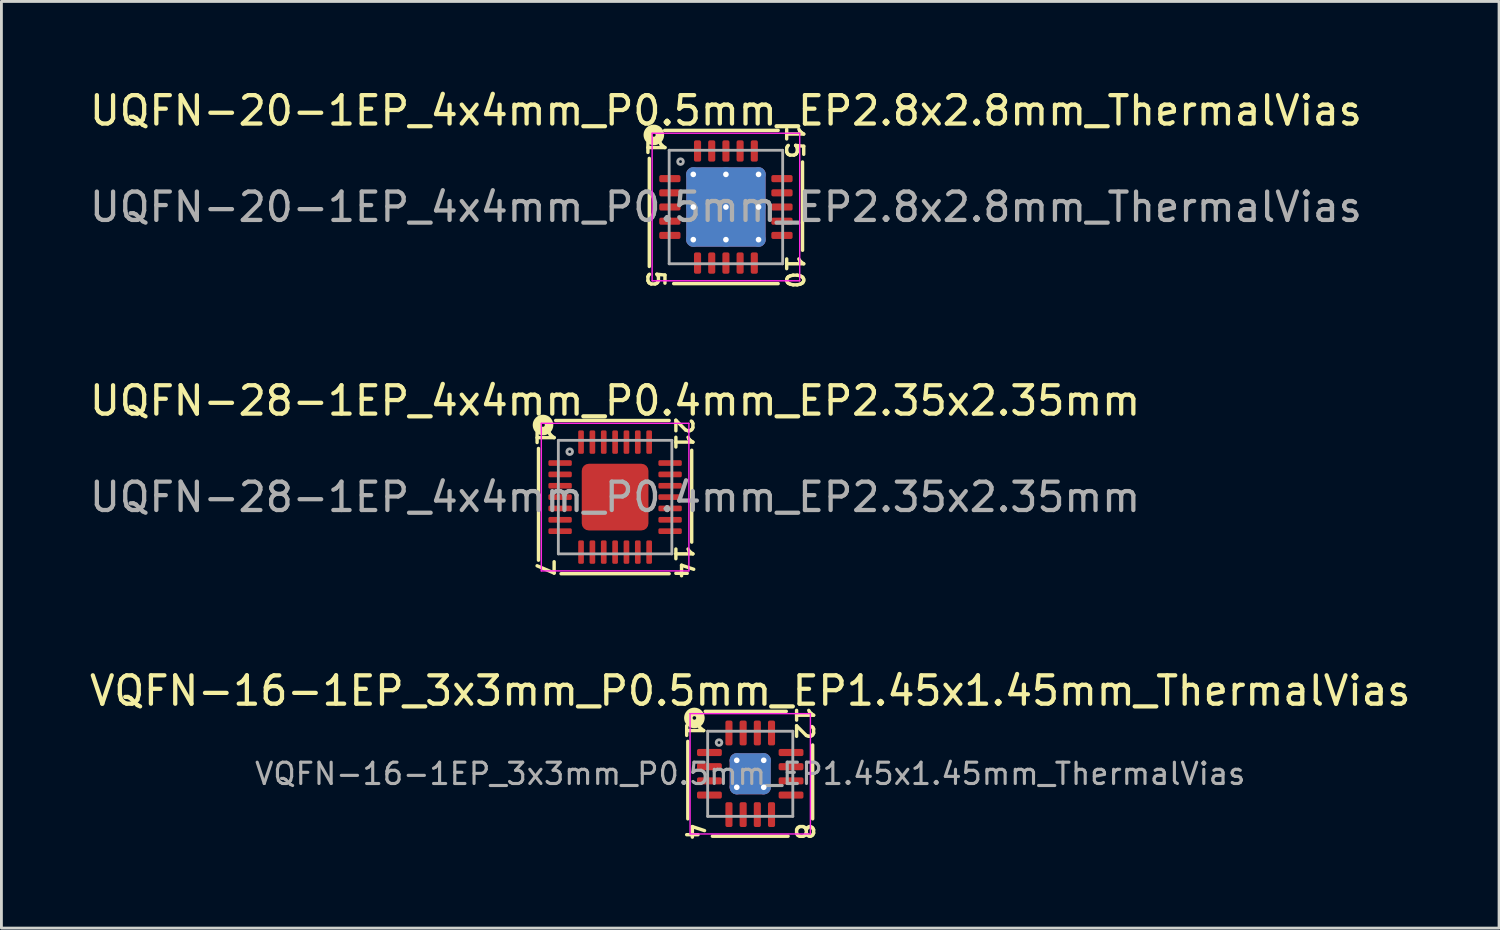
<source format=kicad_pcb>
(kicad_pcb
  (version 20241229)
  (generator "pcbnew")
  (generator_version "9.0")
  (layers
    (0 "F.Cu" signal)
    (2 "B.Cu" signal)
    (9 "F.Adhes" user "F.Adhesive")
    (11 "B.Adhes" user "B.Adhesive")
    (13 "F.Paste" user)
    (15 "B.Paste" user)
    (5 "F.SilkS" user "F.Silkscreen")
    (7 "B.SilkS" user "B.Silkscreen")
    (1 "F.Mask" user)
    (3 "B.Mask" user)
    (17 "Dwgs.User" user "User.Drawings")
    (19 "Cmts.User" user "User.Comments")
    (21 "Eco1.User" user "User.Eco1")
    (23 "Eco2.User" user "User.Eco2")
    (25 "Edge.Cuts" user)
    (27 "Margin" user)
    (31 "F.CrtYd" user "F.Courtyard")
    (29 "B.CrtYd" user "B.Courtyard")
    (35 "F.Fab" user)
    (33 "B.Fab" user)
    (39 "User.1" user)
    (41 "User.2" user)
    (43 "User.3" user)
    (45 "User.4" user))
  (footprint "UQFN-20-1EP_4x4mm_P0.5mm_EP2.8x2.8mm_ThermalVias"
    (layer "F.Cu")
    (at 22.53 4.245)
    (property "Reference" "UQFN-20-1EP_4x4mm_P0.5mm_EP2.8x2.8mm_ThermalVias" (at 0 -3.397 0) (layer "F.SilkS") (effects (font (size 1 1) (thickness 0.15))))
    (attr smd)
    (fp_line (start -2.7 -1.714) (end -2.7 2.095) (stroke (width 0.12) (type solid)) (layer "F.SilkS"))
    (fp_line (start -1.841 2.7) (end 1.841 2.7) (stroke (width 0.12) (type solid)) (layer "F.SilkS"))
    (fp_line (start 1.841 -2.7) (end -2.159 -2.7) (stroke (width 0.12) (type solid)) (layer "F.SilkS"))
    (fp_line (start 2.7 1.524) (end 2.7 -1.587) (stroke (width 0.12) (type solid)) (layer "F.SilkS"))
    (fp_circle (center -2.54 -2.54) (end -2.477 -2.54) (stroke (width 0.3) (type solid)) (fill no) (layer "F.SilkS"))
    (fp_line (start -2.6 -2.6) (end -2.6 2.6) (stroke (width 0.05) (type solid)) (layer "F.CrtYd"))
    (fp_line (start -2.6 2.6) (end 2.6 2.6) (stroke (width 0.05) (type solid)) (layer "F.CrtYd"))
    (fp_line (start 2.6 -2.6) (end -2.6 -2.6) (stroke (width 0.05) (type solid)) (layer "F.CrtYd"))
    (fp_line (start 2.6 2.6) (end 2.6 -2.6) (stroke (width 0.05) (type solid)) (layer "F.CrtYd"))
    (fp_line (start -2 -2) (end 2 -2) (stroke (width 0.1) (type solid)) (layer "F.Fab"))
    (fp_line (start -2 2) (end -2 -2) (stroke (width 0.1) (type solid)) (layer "F.Fab"))
    (fp_line (start 2 -2) (end 2 2) (stroke (width 0.1) (type solid)) (layer "F.Fab"))
    (fp_line (start 2 2) (end -2 2) (stroke (width 0.1) (type solid)) (layer "F.Fab"))
    (fp_circle (center -1.6 -1.6) (end -1.5 -1.6) (stroke (width 0.1) (type solid)) (fill no) (layer "F.Fab"))
    (fp_text user "10" (at 2.413 2.286 270) (unlocked yes) (layer "F.SilkS") (effects (font (size 0.6 0.6) (thickness 0.12))))
    (fp_text user "5" (at -2.477 2.54 270) (unlocked yes) (layer "F.SilkS") (effects (font (size 0.6 0.6) (thickness 0.12))))
    (fp_text user "15" (at 2.413 -2.286 270) (unlocked yes) (layer "F.SilkS") (effects (font (size 0.6 0.6) (thickness 0.12))))
    (fp_text user "1" (at -2.477 -2.095 270) (unlocked yes) (layer "F.SilkS") (effects (font (size 0.6 0.6) (thickness 0.12))))
    (fp_text user "${REFERENCE}" (at 0 0 0) (layer "F.Fab") (effects (font (size 1 1) (thickness 0.15))))
    (pad "" smd roundrect (at -0.7 -0.7) (size 1.17 1.17) (layers "F.Paste") (roundrect_rratio 0.214))
    (pad "" smd roundrect (at -0.7 0.7) (size 1.17 1.17) (layers "F.Paste") (roundrect_rratio 0.214))
    (pad "" smd roundrect (at 0.7 -0.7) (size 1.17 1.17) (layers "F.Paste") (roundrect_rratio 0.214))
    (pad "" smd roundrect (at 0.7 0.7) (size 1.17 1.17) (layers "F.Paste") (roundrect_rratio 0.214))
    (pad "1" smd roundrect (at -1.975 -1) (size 0.75 0.25) (layers "F.Cu" "F.Mask" "F.Paste") (roundrect_rratio 0.25))
    (pad "2" smd roundrect (at -1.975 -0.5) (size 0.75 0.25) (layers "F.Cu" "F.Mask" "F.Paste") (roundrect_rratio 0.25))
    (pad "3" smd roundrect (at -1.975 0) (size 0.75 0.25) (layers "F.Cu" "F.Mask" "F.Paste") (roundrect_rratio 0.25))
    (pad "4" smd roundrect (at -1.975 0.5) (size 0.75 0.25) (layers "F.Cu" "F.Mask" "F.Paste") (roundrect_rratio 0.25))
    (pad "5" smd roundrect (at -1.975 1) (size 0.75 0.25) (layers "F.Cu" "F.Mask" "F.Paste") (roundrect_rratio 0.25))
    (pad "6" smd roundrect (at -1 1.975) (size 0.25 0.75) (layers "F.Cu" "F.Mask" "F.Paste") (roundrect_rratio 0.25))
    (pad "7" smd roundrect (at -0.5 1.975) (size 0.25 0.75) (layers "F.Cu" "F.Mask" "F.Paste") (roundrect_rratio 0.25))
    (pad "8" smd roundrect (at 0 1.975) (size 0.25 0.75) (layers "F.Cu" "F.Mask" "F.Paste") (roundrect_rratio 0.25))
    (pad "9" smd roundrect (at 0.5 1.975) (size 0.25 0.75) (layers "F.Cu" "F.Mask" "F.Paste") (roundrect_rratio 0.25))
    (pad "10" smd roundrect (at 1 1.975) (size 0.25 0.75) (layers "F.Cu" "F.Mask" "F.Paste") (roundrect_rratio 0.25))
    (pad "11" smd roundrect (at 1.975 1) (size 0.75 0.25) (layers "F.Cu" "F.Mask" "F.Paste") (roundrect_rratio 0.25))
    (pad "12" smd roundrect (at 1.975 0.5) (size 0.75 0.25) (layers "F.Cu" "F.Mask" "F.Paste") (roundrect_rratio 0.25))
    (pad "13" smd roundrect (at 1.975 0) (size 0.75 0.25) (layers "F.Cu" "F.Mask" "F.Paste") (roundrect_rratio 0.25))
    (pad "14" smd roundrect (at 1.975 -0.5) (size 0.75 0.25) (layers "F.Cu" "F.Mask" "F.Paste") (roundrect_rratio 0.25))
    (pad "15" smd roundrect (at 1.975 -1) (size 0.75 0.25) (layers "F.Cu" "F.Mask" "F.Paste") (roundrect_rratio 0.25))
    (pad "16" smd roundrect (at 1 -1.975) (size 0.25 0.75) (layers "F.Cu" "F.Mask" "F.Paste") (roundrect_rratio 0.25))
    (pad "17" smd roundrect (at 0.5 -1.975) (size 0.25 0.75) (layers "F.Cu" "F.Mask" "F.Paste") (roundrect_rratio 0.25))
    (pad "18" smd roundrect (at 0 -1.975) (size 0.25 0.75) (layers "F.Cu" "F.Mask" "F.Paste") (roundrect_rratio 0.25))
    (pad "19" smd roundrect (at -0.5 -1.975) (size 0.25 0.75) (layers "F.Cu" "F.Mask" "F.Paste") (roundrect_rratio 0.25))
    (pad "20" smd roundrect (at -1 -1.975) (size 0.25 0.75) (layers "F.Cu" "F.Mask" "F.Paste") (roundrect_rratio 0.25))
    (pad "21" thru_hole circle (at -1.15 -1.15) (size 0.5 0.5) (drill 0.2) (property pad_prop_heatsink) (layers "*.Cu"))
    (pad "21" thru_hole circle (at -1.15 0) (size 0.5 0.5) (drill 0.2) (property pad_prop_heatsink) (layers "*.Cu"))
    (pad "21" thru_hole circle (at -1.15 1.15) (size 0.5 0.5) (drill 0.2) (property pad_prop_heatsink) (layers "*.Cu"))
    (pad "21" thru_hole circle (at 0 -1.15) (size 0.5 0.5) (drill 0.2) (property pad_prop_heatsink) (layers "*.Cu"))
    (pad "21" thru_hole circle (at 0 0) (size 0.5 0.5) (drill 0.2) (property pad_prop_heatsink) (layers "*.Cu"))
    (pad "21" smd roundrect (at 0 0) (size 2.8 2.8) (layers "F.Cu" "F.Mask") (roundrect_rratio 0.089))
    (pad "21" smd roundrect (at 0 0) (size 2.8 2.8) (layers "B.Cu" "B.Mask") (roundrect_rratio 0.089))
    (pad "21" thru_hole circle (at 0 1.15) (size 0.5 0.5) (drill 0.2) (property pad_prop_heatsink) (layers "*.Cu"))
    (pad "21" thru_hole circle (at 1.15 -1.15) (size 0.5 0.5) (drill 0.2) (property pad_prop_heatsink) (layers "*.Cu"))
    (pad "21" thru_hole circle (at 1.15 0) (size 0.5 0.5) (drill 0.2) (property pad_prop_heatsink) (layers "*.Cu"))
    (pad "21" thru_hole circle (at 1.15 1.15) (size 0.5 0.5) (drill 0.2) (property pad_prop_heatsink) (layers "*.Cu")))
  (footprint "UQFN-28-1EP_4x4mm_P0.4mm_EP2.35x2.35mm"
    (layer "F.Cu")
    (at 18.625 14.467)
    (property "Reference" "UQFN-28-1EP_4x4mm_P0.4mm_EP2.35x2.35mm" (at 0 -3.397 0) (layer "F.SilkS") (effects (font (size 1 1) (thickness 0.15))))
    (attr smd)
    (fp_line (start -2.7 -1.714) (end -2.7 2.223) (stroke (width 0.12) (type solid)) (layer "F.SilkS"))
    (fp_line (start -1.905 2.7) (end 1.905 2.7) (stroke (width 0.12) (type solid)) (layer "F.SilkS"))
    (fp_line (start 1.905 -2.7) (end -2.095 -2.7) (stroke (width 0.12) (type solid)) (layer "F.SilkS"))
    (fp_line (start 2.7 1.587) (end 2.7 -1.651) (stroke (width 0.12) (type solid)) (layer "F.SilkS"))
    (fp_circle (center -2.54 -2.54) (end -2.477 -2.54) (stroke (width 0.3) (type solid)) (fill no) (layer "F.SilkS"))
    (fp_line (start -2.6 -2.6) (end -2.6 2.6) (stroke (width 0.05) (type solid)) (layer "F.CrtYd"))
    (fp_line (start -2.6 2.6) (end 2.6 2.6) (stroke (width 0.05) (type solid)) (layer "F.CrtYd"))
    (fp_line (start 2.6 -2.6) (end -2.6 -2.6) (stroke (width 0.05) (type solid)) (layer "F.CrtYd"))
    (fp_line (start 2.6 2.6) (end 2.6 -2.6) (stroke (width 0.05) (type solid)) (layer "F.CrtYd"))
    (fp_line (start -2 -2) (end 2 -2) (stroke (width 0.1) (type solid)) (layer "F.Fab"))
    (fp_line (start -2 2) (end -2 -2) (stroke (width 0.1) (type solid)) (layer "F.Fab"))
    (fp_line (start 2 -2) (end 2 2) (stroke (width 0.1) (type solid)) (layer "F.Fab"))
    (fp_line (start 2 2) (end -2 2) (stroke (width 0.1) (type solid)) (layer "F.Fab"))
    (fp_circle (center -1.6 -1.6) (end -1.5 -1.6) (stroke (width 0.1) (type solid)) (fill no) (layer "F.Fab"))
    (fp_text user "21" (at 2.413 -2.223 270) (unlocked yes) (layer "F.SilkS") (effects (font (size 0.6 0.6) (thickness 0.12))))
    (fp_text user "7" (at -2.477 2.477 270) (unlocked yes) (layer "F.SilkS") (effects (font (size 0.6 0.6) (thickness 0.12))))
    (fp_text user "14" (at 2.413 2.286 270) (unlocked yes) (layer "F.SilkS") (effects (font (size 0.6 0.6) (thickness 0.12))))
    (fp_text user "1" (at -2.477 -2.095 270) (unlocked yes) (layer "F.SilkS") (effects (font (size 0.6 0.6) (thickness 0.12))))
    (fp_text user "${REFERENCE}" (at 0 0 0) (layer "F.Fab") (effects (font (size 1 1) (thickness 0.15))))
    (pad "" smd roundrect (at -0.59 -0.59) (size 0.95 0.95) (layers "F.Paste") (roundrect_rratio 0.25))
    (pad "" smd roundrect (at -0.59 0.59) (size 0.95 0.95) (layers "F.Paste") (roundrect_rratio 0.25))
    (pad "" smd roundrect (at 0.59 -0.59) (size 0.95 0.95) (layers "F.Paste") (roundrect_rratio 0.25))
    (pad "" smd roundrect (at 0.59 0.59) (size 0.95 0.95) (layers "F.Paste") (roundrect_rratio 0.25))
    (pad "1" smd roundrect (at -1.938 -1.2) (size 0.825 0.2) (layers "F.Cu" "F.Mask" "F.Paste") (roundrect_rratio 0.25))
    (pad "2" smd roundrect (at -1.938 -0.8) (size 0.825 0.2) (layers "F.Cu" "F.Mask" "F.Paste") (roundrect_rratio 0.25))
    (pad "3" smd roundrect (at -1.938 -0.4) (size 0.825 0.2) (layers "F.Cu" "F.Mask" "F.Paste") (roundrect_rratio 0.25))
    (pad "4" smd roundrect (at -1.938 0) (size 0.825 0.2) (layers "F.Cu" "F.Mask" "F.Paste") (roundrect_rratio 0.25))
    (pad "5" smd roundrect (at -1.938 0.4) (size 0.825 0.2) (layers "F.Cu" "F.Mask" "F.Paste") (roundrect_rratio 0.25))
    (pad "6" smd roundrect (at -1.938 0.8) (size 0.825 0.2) (layers "F.Cu" "F.Mask" "F.Paste") (roundrect_rratio 0.25))
    (pad "7" smd roundrect (at -1.938 1.2) (size 0.825 0.2) (layers "F.Cu" "F.Mask" "F.Paste") (roundrect_rratio 0.25))
    (pad "8" smd roundrect (at -1.2 1.938) (size 0.2 0.825) (layers "F.Cu" "F.Mask" "F.Paste") (roundrect_rratio 0.25))
    (pad "9" smd roundrect (at -0.8 1.938) (size 0.2 0.825) (layers "F.Cu" "F.Mask" "F.Paste") (roundrect_rratio 0.25))
    (pad "10" smd roundrect (at -0.4 1.938) (size 0.2 0.825) (layers "F.Cu" "F.Mask" "F.Paste") (roundrect_rratio 0.25))
    (pad "11" smd roundrect (at 0 1.938) (size 0.2 0.825) (layers "F.Cu" "F.Mask" "F.Paste") (roundrect_rratio 0.25))
    (pad "12" smd roundrect (at 0.4 1.938) (size 0.2 0.825) (layers "F.Cu" "F.Mask" "F.Paste") (roundrect_rratio 0.25))
    (pad "13" smd roundrect (at 0.8 1.938) (size 0.2 0.825) (layers "F.Cu" "F.Mask" "F.Paste") (roundrect_rratio 0.25))
    (pad "14" smd roundrect (at 1.2 1.938) (size 0.2 0.825) (layers "F.Cu" "F.Mask" "F.Paste") (roundrect_rratio 0.25))
    (pad "15" smd roundrect (at 1.938 1.2) (size 0.825 0.2) (layers "F.Cu" "F.Mask" "F.Paste") (roundrect_rratio 0.25))
    (pad "16" smd roundrect (at 1.938 0.8) (size 0.825 0.2) (layers "F.Cu" "F.Mask" "F.Paste") (roundrect_rratio 0.25))
    (pad "17" smd roundrect (at 1.938 0.4) (size 0.825 0.2) (layers "F.Cu" "F.Mask" "F.Paste") (roundrect_rratio 0.25))
    (pad "18" smd roundrect (at 1.938 0) (size 0.825 0.2) (layers "F.Cu" "F.Mask" "F.Paste") (roundrect_rratio 0.25))
    (pad "19" smd roundrect (at 1.938 -0.4) (size 0.825 0.2) (layers "F.Cu" "F.Mask" "F.Paste") (roundrect_rratio 0.25))
    (pad "20" smd roundrect (at 1.938 -0.8) (size 0.825 0.2) (layers "F.Cu" "F.Mask" "F.Paste") (roundrect_rratio 0.25))
    (pad "21" smd roundrect (at 1.938 -1.2) (size 0.825 0.2) (layers "F.Cu" "F.Mask" "F.Paste") (roundrect_rratio 0.25))
    (pad "22" smd roundrect (at 1.2 -1.938) (size 0.2 0.825) (layers "F.Cu" "F.Mask" "F.Paste") (roundrect_rratio 0.25))
    (pad "23" smd roundrect (at 0.8 -1.938) (size 0.2 0.825) (layers "F.Cu" "F.Mask" "F.Paste") (roundrect_rratio 0.25))
    (pad "24" smd roundrect (at 0.4 -1.938) (size 0.2 0.825) (layers "F.Cu" "F.Mask" "F.Paste") (roundrect_rratio 0.25))
    (pad "25" smd roundrect (at 0 -1.938) (size 0.2 0.825) (layers "F.Cu" "F.Mask" "F.Paste") (roundrect_rratio 0.25))
    (pad "26" smd roundrect (at -0.4 -1.938) (size 0.2 0.825) (layers "F.Cu" "F.Mask" "F.Paste") (roundrect_rratio 0.25))
    (pad "27" smd roundrect (at -0.8 -1.938) (size 0.2 0.825) (layers "F.Cu" "F.Mask" "F.Paste") (roundrect_rratio 0.25))
    (pad "28" smd roundrect (at -1.2 -1.938) (size 0.2 0.825) (layers "F.Cu" "F.Mask" "F.Paste") (roundrect_rratio 0.25))
    (pad "29" smd roundrect (at 0 0) (size 2.35 2.35) (layers "F.Cu" "F.Mask") (roundrect_rratio 0.106)))
  (footprint "VQFN-16-1EP_3x3mm_P0.5mm_EP1.45x1.45mm_ThermalVias"
    (layer "F.Cu")
    (at 23.387 24.217)
    (property "Reference" "VQFN-16-1EP_3x3mm_P0.5mm_EP1.45x1.45mm_ThermalVias" (at 0 -2.925 0) (layer "F.SilkS") (effects (font (size 1 1) (thickness 0.15))))
    (attr smd)
    (fp_line (start -2.2 1.587) (end -2.2 -1.143) (stroke (width 0.12) (type solid)) (layer "F.SilkS"))
    (fp_line (start -1.587 -2.2) (end 1.27 -2.2) (stroke (width 0.12) (type solid)) (layer "F.SilkS"))
    (fp_line (start 1.333 2.2) (end -1.333 2.2) (stroke (width 0.12) (type solid)) (layer "F.SilkS"))
    (fp_line (start 2.2 -1.016) (end 2.2 1.587) (stroke (width 0.12) (type solid)) (layer "F.SilkS"))
    (fp_circle (center -1.968 -1.968) (end -1.905 -1.968) (stroke (width 0.3) (type solid)) (fill no) (layer "F.SilkS"))
    (fp_line (start -2.12 -2.12) (end -2.12 2.12) (stroke (width 0.05) (type solid)) (layer "F.CrtYd"))
    (fp_line (start -2.12 2.12) (end 2.12 2.12) (stroke (width 0.05) (type solid)) (layer "F.CrtYd"))
    (fp_line (start 2.12 -2.12) (end -2.12 -2.12) (stroke (width 0.05) (type solid)) (layer "F.CrtYd"))
    (fp_line (start 2.12 2.12) (end 2.12 -2.12) (stroke (width 0.05) (type solid)) (layer "F.CrtYd"))
    (fp_line (start -1.5 -1.5) (end 1.5 -1.5) (stroke (width 0.1) (type solid)) (layer "F.Fab"))
    (fp_line (start -1.5 1.5) (end -1.5 -1.5) (stroke (width 0.1) (type solid)) (layer "F.Fab"))
    (fp_line (start 1.5 -1.5) (end 1.5 1.5) (stroke (width 0.1) (type solid)) (layer "F.Fab"))
    (fp_line (start 1.5 1.5) (end -1.5 1.5) (stroke (width 0.1) (type solid)) (layer "F.Fab"))
    (fp_circle (center -1.1 -1.1) (end -1 -1.1) (stroke (width 0.1) (type solid)) (fill no) (layer "F.Fab"))
    (fp_text user "1" (at -1.968 -1.524 270) (unlocked yes) (layer "F.SilkS") (effects (font (size 0.6 0.6) (thickness 0.12))))
    (fp_text user "4" (at -1.968 2.032 270) (unlocked yes) (layer "F.SilkS") (effects (font (size 0.6 0.6) (thickness 0.12))))
    (fp_text user "8" (at 1.905 2.032 270) (unlocked yes) (layer "F.SilkS") (effects (font (size 0.6 0.6) (thickness 0.12))))
    (fp_text user "12" (at 1.905 -1.778 270) (unlocked yes) (layer "F.SilkS") (effects (font (size 0.6 0.6) (thickness 0.12))))
    (fp_text user "${REFERENCE}" (at 0 0 0) (layer "F.Fab") (effects (font (size 0.75 0.75) (thickness 0.11))))
    (pad "" smd roundrect (at -0.36 -0.36) (size 0.63 0.63) (layers "F.Paste") (roundrect_rratio 0.25))
    (pad "" smd roundrect (at -0.36 0.36) (size 0.63 0.63) (layers "F.Paste") (roundrect_rratio 0.25))
    (pad "" smd roundrect (at 0.36 -0.36) (size 0.63 0.63) (layers "F.Paste") (roundrect_rratio 0.25))
    (pad "" smd roundrect (at 0.36 0.36) (size 0.63 0.63) (layers "F.Paste") (roundrect_rratio 0.25))
    (pad "1" smd roundrect (at -1.438 -0.75) (size 0.875 0.25) (layers "F.Cu" "F.Mask" "F.Paste") (roundrect_rratio 0.25))
    (pad "2" smd roundrect (at -1.438 -0.25) (size 0.875 0.25) (layers "F.Cu" "F.Mask" "F.Paste") (roundrect_rratio 0.25))
    (pad "3" smd roundrect (at -1.438 0.25) (size 0.875 0.25) (layers "F.Cu" "F.Mask" "F.Paste") (roundrect_rratio 0.25))
    (pad "4" smd roundrect (at -1.438 0.75) (size 0.875 0.25) (layers "F.Cu" "F.Mask" "F.Paste") (roundrect_rratio 0.25))
    (pad "5" smd roundrect (at -0.75 1.438) (size 0.25 0.875) (layers "F.Cu" "F.Mask" "F.Paste") (roundrect_rratio 0.25))
    (pad "6" smd roundrect (at -0.25 1.438) (size 0.25 0.875) (layers "F.Cu" "F.Mask" "F.Paste") (roundrect_rratio 0.25))
    (pad "7" smd roundrect (at 0.25 1.438) (size 0.25 0.875) (layers "F.Cu" "F.Mask" "F.Paste") (roundrect_rratio 0.25))
    (pad "8" smd roundrect (at 0.75 1.438) (size 0.25 0.875) (layers "F.Cu" "F.Mask" "F.Paste") (roundrect_rratio 0.25))
    (pad "9" smd roundrect (at 1.438 0.75) (size 0.875 0.25) (layers "F.Cu" "F.Mask" "F.Paste") (roundrect_rratio 0.25))
    (pad "10" smd roundrect (at 1.438 0.25) (size 0.875 0.25) (layers "F.Cu" "F.Mask" "F.Paste") (roundrect_rratio 0.25))
    (pad "11" smd roundrect (at 1.438 -0.25) (size 0.875 0.25) (layers "F.Cu" "F.Mask" "F.Paste") (roundrect_rratio 0.25))
    (pad "12" smd roundrect (at 1.438 -0.75) (size 0.875 0.25) (layers "F.Cu" "F.Mask" "F.Paste") (roundrect_rratio 0.25))
    (pad "13" smd roundrect (at 0.75 -1.438) (size 0.25 0.875) (layers "F.Cu" "F.Mask" "F.Paste") (roundrect_rratio 0.25))
    (pad "14" smd roundrect (at 0.25 -1.438) (size 0.25 0.875) (layers "F.Cu" "F.Mask" "F.Paste") (roundrect_rratio 0.25))
    (pad "15" smd roundrect (at -0.25 -1.438) (size 0.25 0.875) (layers "F.Cu" "F.Mask" "F.Paste") (roundrect_rratio 0.25))
    (pad "16" smd roundrect (at -0.75 -1.438) (size 0.25 0.875) (layers "F.Cu" "F.Mask" "F.Paste") (roundrect_rratio 0.25))
    (pad "17" thru_hole circle (at -0.475 -0.475) (size 0.5 0.5) (drill 0.2) (property pad_prop_heatsink) (layers "*.Cu"))
    (pad "17" thru_hole circle (at -0.475 0.475) (size 0.5 0.5) (drill 0.2) (property pad_prop_heatsink) (layers "*.Cu"))
    (pad "17" smd roundrect (at 0 0) (size 1.45 1.45) (layers "F.Cu" "F.Mask") (roundrect_rratio 0.172))
    (pad "17" smd roundrect (at 0 0) (size 1.45 1.45) (layers "B.Cu" "B.Mask") (roundrect_rratio 0.172))
    (pad "17" thru_hole circle (at 0.475 -0.475) (size 0.5 0.5) (drill 0.2) (property pad_prop_heatsink) (layers "*.Cu"))
    (pad "17" thru_hole circle (at 0.475 0.475) (size 0.5 0.5) (drill 0.2) (property pad_prop_heatsink) (layers "*.Cu")))
  (gr_rect
    (start -3 -3)
    (end 49.774 29.655)
    (stroke (width 0.1) (type default))
    (fill no)
    (layer "Edge.Cuts")))
</source>
